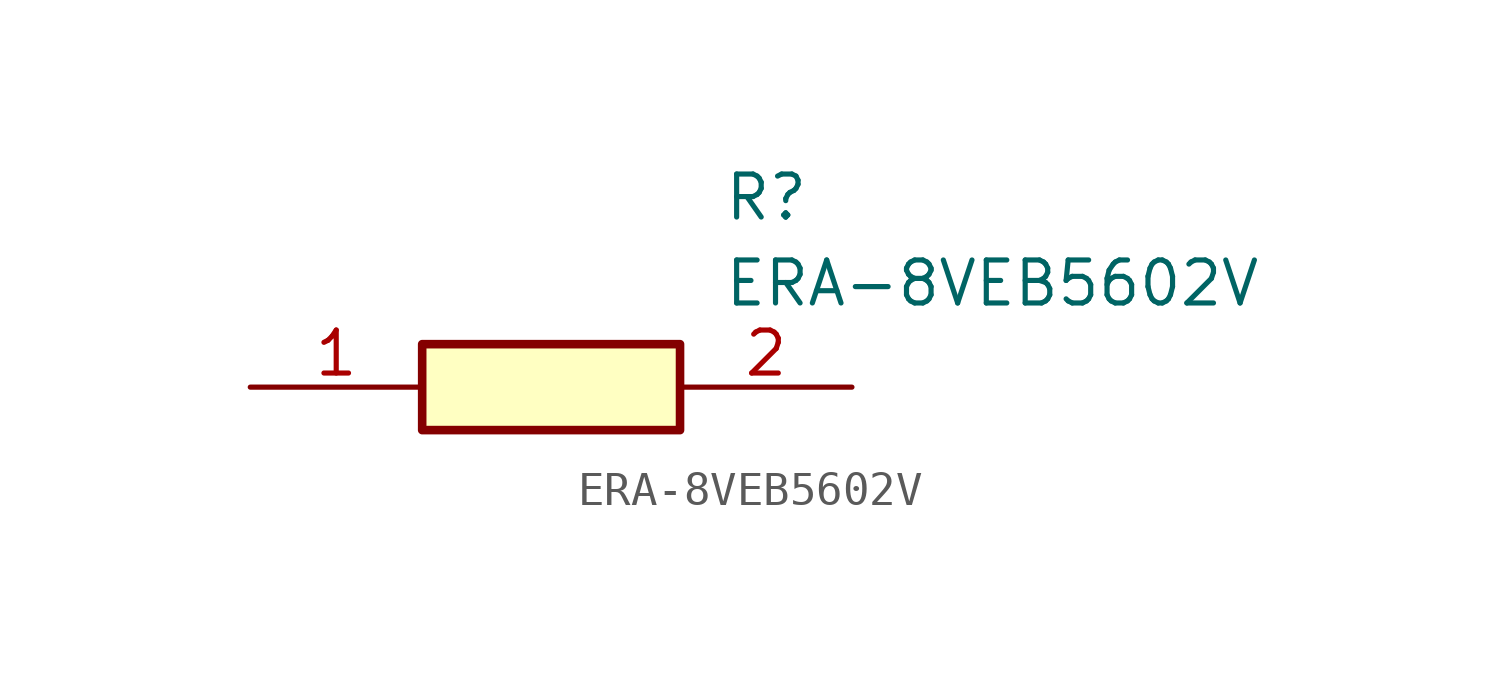
<source format=kicad_sym>
(kicad_symbol_lib
  (version 20211014)
  (generator SamacSys_ECAD_Model)
  (symbol "ERA-8VEB5602V"
    (pin_names hide)
    (property "Reference" "R"
      (at 13.97 6.35 0)
      (effects (font (size 1.27 1.27)) (justify left top)))
    (property "Value" "ERA-8VEB5602V"
      (at 13.97 3.81 0)
      (effects (font (size 1.27 1.27)) (justify left top)))
    (rectangle
      (start 5.08 1.27)
      (end 12.7 -1.27)
      (stroke (width 0.254) (type default))
      (fill (type background)))
    (pin passive line
      (at 0 0 0)
      (length 5.08)
      (name "1" (effects (font (size 1.27 1.27))))
      (number "1" (effects (font (size 1.27 1.27)))))
    (pin passive line
      (at 17.78 0 180)
      (length 5.08)
      (name "2" (effects (font (size 1.27 1.27))))
      (number "2" (effects (font (size 1.27 1.27)))))))
</source>
